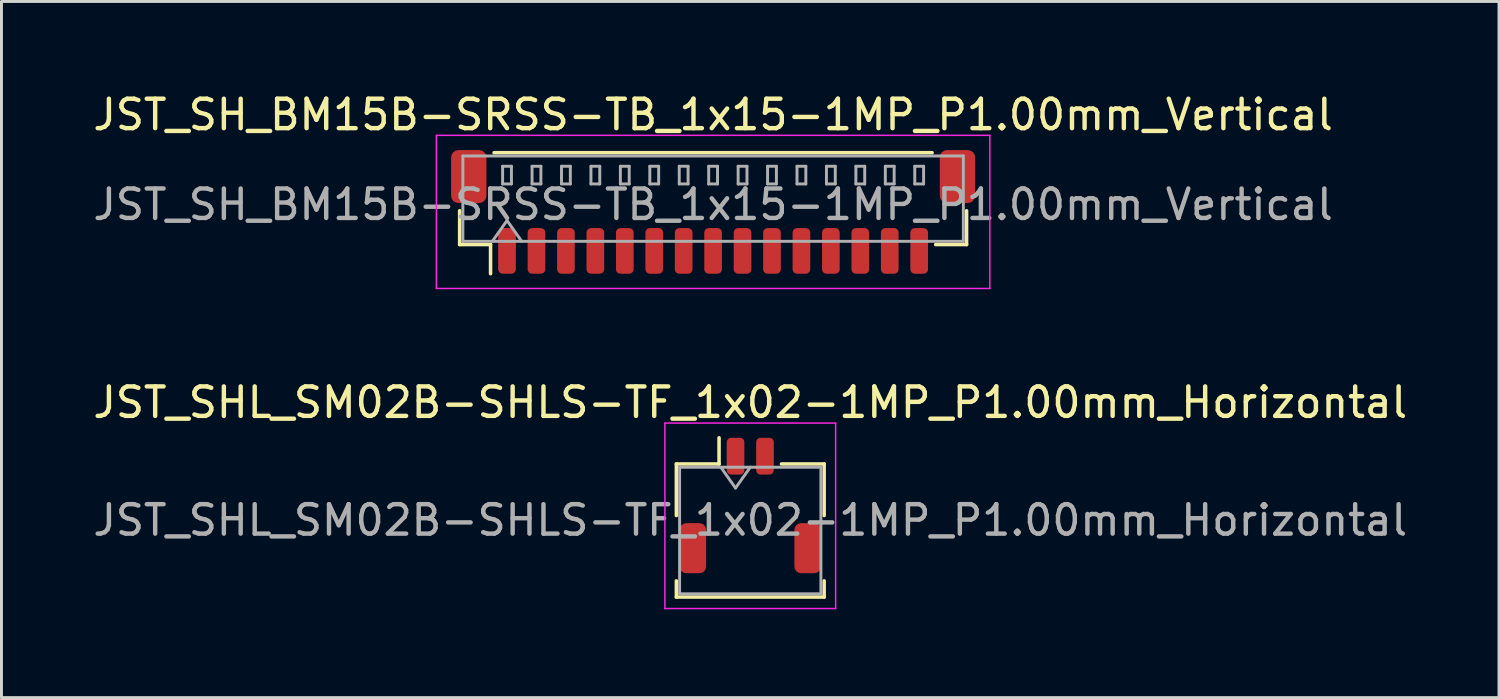
<source format=kicad_pcb>
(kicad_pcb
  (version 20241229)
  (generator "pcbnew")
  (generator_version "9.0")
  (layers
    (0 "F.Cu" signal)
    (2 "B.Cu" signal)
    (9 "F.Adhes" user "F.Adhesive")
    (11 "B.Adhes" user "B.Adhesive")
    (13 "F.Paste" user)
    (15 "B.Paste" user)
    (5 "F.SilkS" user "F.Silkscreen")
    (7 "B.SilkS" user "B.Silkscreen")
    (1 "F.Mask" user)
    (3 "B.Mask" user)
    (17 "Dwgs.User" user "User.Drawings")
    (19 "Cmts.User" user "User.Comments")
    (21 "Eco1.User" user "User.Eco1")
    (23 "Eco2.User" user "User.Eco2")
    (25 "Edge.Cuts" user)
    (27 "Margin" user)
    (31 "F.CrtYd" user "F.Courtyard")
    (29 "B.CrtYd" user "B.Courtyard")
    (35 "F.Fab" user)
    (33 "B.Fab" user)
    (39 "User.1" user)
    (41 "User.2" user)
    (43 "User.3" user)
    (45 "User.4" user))
  (footprint "JST_SH_BM15B-SRSS-TB_1x15-1MP_P1.00mm_Vertical"
    (layer "F.Cu")
    (at 21.173 4.148)
    (property "Reference" "JST_SH_BM15B-SRSS-TB_1x15-1MP_P1.00mm_Vertical" (at 0 -3.3 0) (layer "F.SilkS") (effects (font (size 1 1) (thickness 0.15))))
    (attr smd)
    (fp_line (start -8.61 -0.04) (end -8.61 1.11) (stroke (width 0.12) (type solid)) (layer "F.SilkS"))
    (fp_line (start -8.61 1.11) (end -7.56 1.11) (stroke (width 0.12) (type solid)) (layer "F.SilkS"))
    (fp_line (start -7.56 1.11) (end -7.56 2.1) (stroke (width 0.12) (type solid)) (layer "F.SilkS"))
    (fp_line (start -7.44 -2.01) (end 7.44 -2.01) (stroke (width 0.12) (type solid)) (layer "F.SilkS"))
    (fp_line (start 8.61 -0.04) (end 8.61 1.11) (stroke (width 0.12) (type solid)) (layer "F.SilkS"))
    (fp_line (start 8.61 1.11) (end 7.56 1.11) (stroke (width 0.12) (type solid)) (layer "F.SilkS"))
    (fp_line (start -9.4 -2.6) (end -9.4 2.6) (stroke (width 0.05) (type solid)) (layer "F.CrtYd"))
    (fp_line (start -9.4 2.6) (end 9.4 2.6) (stroke (width 0.05) (type solid)) (layer "F.CrtYd"))
    (fp_line (start 9.4 -2.6) (end -9.4 -2.6) (stroke (width 0.05) (type solid)) (layer "F.CrtYd"))
    (fp_line (start 9.4 2.6) (end 9.4 -2.6) (stroke (width 0.05) (type solid)) (layer "F.CrtYd"))
    (fp_line (start -8.5 -1.9) (end 8.5 -1.9) (stroke (width 0.1) (type solid)) (layer "F.Fab"))
    (fp_line (start -8.5 1) (end -8.5 -1.9) (stroke (width 0.1) (type solid)) (layer "F.Fab"))
    (fp_line (start -8.5 1) (end 8.5 1) (stroke (width 0.1) (type solid)) (layer "F.Fab"))
    (fp_line (start -7.5 1) (end -7 0.293) (stroke (width 0.1) (type solid)) (layer "F.Fab"))
    (fp_line (start -7.15 -1.55) (end -7.15 -0.95) (stroke (width 0.1) (type solid)) (layer "F.Fab"))
    (fp_line (start -7.15 -0.95) (end -6.85 -0.95) (stroke (width 0.1) (type solid)) (layer "F.Fab"))
    (fp_line (start -7 0.293) (end -6.5 1) (stroke (width 0.1) (type solid)) (layer "F.Fab"))
    (fp_line (start -6.85 -1.55) (end -7.15 -1.55) (stroke (width 0.1) (type solid)) (layer "F.Fab"))
    (fp_line (start -6.85 -0.95) (end -6.85 -1.55) (stroke (width 0.1) (type solid)) (layer "F.Fab"))
    (fp_line (start -6.15 -1.55) (end -6.15 -0.95) (stroke (width 0.1) (type solid)) (layer "F.Fab"))
    (fp_line (start -6.15 -0.95) (end -5.85 -0.95) (stroke (width 0.1) (type solid)) (layer "F.Fab"))
    (fp_line (start -5.85 -1.55) (end -6.15 -1.55) (stroke (width 0.1) (type solid)) (layer "F.Fab"))
    (fp_line (start -5.85 -0.95) (end -5.85 -1.55) (stroke (width 0.1) (type solid)) (layer "F.Fab"))
    (fp_line (start -5.15 -1.55) (end -5.15 -0.95) (stroke (width 0.1) (type solid)) (layer "F.Fab"))
    (fp_line (start -5.15 -0.95) (end -4.85 -0.95) (stroke (width 0.1) (type solid)) (layer "F.Fab"))
    (fp_line (start -4.85 -1.55) (end -5.15 -1.55) (stroke (width 0.1) (type solid)) (layer "F.Fab"))
    (fp_line (start -4.85 -0.95) (end -4.85 -1.55) (stroke (width 0.1) (type solid)) (layer "F.Fab"))
    (fp_line (start -4.15 -1.55) (end -4.15 -0.95) (stroke (width 0.1) (type solid)) (layer "F.Fab"))
    (fp_line (start -4.15 -0.95) (end -3.85 -0.95) (stroke (width 0.1) (type solid)) (layer "F.Fab"))
    (fp_line (start -3.85 -1.55) (end -4.15 -1.55) (stroke (width 0.1) (type solid)) (layer "F.Fab"))
    (fp_line (start -3.85 -0.95) (end -3.85 -1.55) (stroke (width 0.1) (type solid)) (layer "F.Fab"))
    (fp_line (start -3.15 -1.55) (end -3.15 -0.95) (stroke (width 0.1) (type solid)) (layer "F.Fab"))
    (fp_line (start -3.15 -0.95) (end -2.85 -0.95) (stroke (width 0.1) (type solid)) (layer "F.Fab"))
    (fp_line (start -2.85 -1.55) (end -3.15 -1.55) (stroke (width 0.1) (type solid)) (layer "F.Fab"))
    (fp_line (start -2.85 -0.95) (end -2.85 -1.55) (stroke (width 0.1) (type solid)) (layer "F.Fab"))
    (fp_line (start -2.15 -1.55) (end -2.15 -0.95) (stroke (width 0.1) (type solid)) (layer "F.Fab"))
    (fp_line (start -2.15 -0.95) (end -1.85 -0.95) (stroke (width 0.1) (type solid)) (layer "F.Fab"))
    (fp_line (start -1.85 -1.55) (end -2.15 -1.55) (stroke (width 0.1) (type solid)) (layer "F.Fab"))
    (fp_line (start -1.85 -0.95) (end -1.85 -1.55) (stroke (width 0.1) (type solid)) (layer "F.Fab"))
    (fp_line (start -1.15 -1.55) (end -1.15 -0.95) (stroke (width 0.1) (type solid)) (layer "F.Fab"))
    (fp_line (start -1.15 -0.95) (end -0.85 -0.95) (stroke (width 0.1) (type solid)) (layer "F.Fab"))
    (fp_line (start -0.85 -1.55) (end -1.15 -1.55) (stroke (width 0.1) (type solid)) (layer "F.Fab"))
    (fp_line (start -0.85 -0.95) (end -0.85 -1.55) (stroke (width 0.1) (type solid)) (layer "F.Fab"))
    (fp_line (start -0.15 -1.55) (end -0.15 -0.95) (stroke (width 0.1) (type solid)) (layer "F.Fab"))
    (fp_line (start -0.15 -0.95) (end 0.15 -0.95) (stroke (width 0.1) (type solid)) (layer "F.Fab"))
    (fp_line (start 0.15 -1.55) (end -0.15 -1.55) (stroke (width 0.1) (type solid)) (layer "F.Fab"))
    (fp_line (start 0.15 -0.95) (end 0.15 -1.55) (stroke (width 0.1) (type solid)) (layer "F.Fab"))
    (fp_line (start 0.85 -1.55) (end 0.85 -0.95) (stroke (width 0.1) (type solid)) (layer "F.Fab"))
    (fp_line (start 0.85 -0.95) (end 1.15 -0.95) (stroke (width 0.1) (type solid)) (layer "F.Fab"))
    (fp_line (start 1.15 -1.55) (end 0.85 -1.55) (stroke (width 0.1) (type solid)) (layer "F.Fab"))
    (fp_line (start 1.15 -0.95) (end 1.15 -1.55) (stroke (width 0.1) (type solid)) (layer "F.Fab"))
    (fp_line (start 1.85 -1.55) (end 1.85 -0.95) (stroke (width 0.1) (type solid)) (layer "F.Fab"))
    (fp_line (start 1.85 -0.95) (end 2.15 -0.95) (stroke (width 0.1) (type solid)) (layer "F.Fab"))
    (fp_line (start 2.15 -1.55) (end 1.85 -1.55) (stroke (width 0.1) (type solid)) (layer "F.Fab"))
    (fp_line (start 2.15 -0.95) (end 2.15 -1.55) (stroke (width 0.1) (type solid)) (layer "F.Fab"))
    (fp_line (start 2.85 -1.55) (end 2.85 -0.95) (stroke (width 0.1) (type solid)) (layer "F.Fab"))
    (fp_line (start 2.85 -0.95) (end 3.15 -0.95) (stroke (width 0.1) (type solid)) (layer "F.Fab"))
    (fp_line (start 3.15 -1.55) (end 2.85 -1.55) (stroke (width 0.1) (type solid)) (layer "F.Fab"))
    (fp_line (start 3.15 -0.95) (end 3.15 -1.55) (stroke (width 0.1) (type solid)) (layer "F.Fab"))
    (fp_line (start 3.85 -1.55) (end 3.85 -0.95) (stroke (width 0.1) (type solid)) (layer "F.Fab"))
    (fp_line (start 3.85 -0.95) (end 4.15 -0.95) (stroke (width 0.1) (type solid)) (layer "F.Fab"))
    (fp_line (start 4.15 -1.55) (end 3.85 -1.55) (stroke (width 0.1) (type solid)) (layer "F.Fab"))
    (fp_line (start 4.15 -0.95) (end 4.15 -1.55) (stroke (width 0.1) (type solid)) (layer "F.Fab"))
    (fp_line (start 4.85 -1.55) (end 4.85 -0.95) (stroke (width 0.1) (type solid)) (layer "F.Fab"))
    (fp_line (start 4.85 -0.95) (end 5.15 -0.95) (stroke (width 0.1) (type solid)) (layer "F.Fab"))
    (fp_line (start 5.15 -1.55) (end 4.85 -1.55) (stroke (width 0.1) (type solid)) (layer "F.Fab"))
    (fp_line (start 5.15 -0.95) (end 5.15 -1.55) (stroke (width 0.1) (type solid)) (layer "F.Fab"))
    (fp_line (start 5.85 -1.55) (end 5.85 -0.95) (stroke (width 0.1) (type solid)) (layer "F.Fab"))
    (fp_line (start 5.85 -0.95) (end 6.15 -0.95) (stroke (width 0.1) (type solid)) (layer "F.Fab"))
    (fp_line (start 6.15 -1.55) (end 5.85 -1.55) (stroke (width 0.1) (type solid)) (layer "F.Fab"))
    (fp_line (start 6.15 -0.95) (end 6.15 -1.55) (stroke (width 0.1) (type solid)) (layer "F.Fab"))
    (fp_line (start 6.85 -1.55) (end 6.85 -0.95) (stroke (width 0.1) (type solid)) (layer "F.Fab"))
    (fp_line (start 6.85 -0.95) (end 7.15 -0.95) (stroke (width 0.1) (type solid)) (layer "F.Fab"))
    (fp_line (start 7.15 -1.55) (end 6.85 -1.55) (stroke (width 0.1) (type solid)) (layer "F.Fab"))
    (fp_line (start 7.15 -0.95) (end 7.15 -1.55) (stroke (width 0.1) (type solid)) (layer "F.Fab"))
    (fp_line (start 8.5 1) (end 8.5 -1.9) (stroke (width 0.1) (type solid)) (layer "F.Fab"))
    (fp_text user "${REFERENCE}" (at 0 -0.25 0) (layer "F.Fab") (effects (font (size 1 1) (thickness 0.15))))
    (pad "1" smd roundrect (at -7 1.325) (size 0.6 1.55) (layers "F.Cu" "F.Mask" "F.Paste") (roundrect_rratio 0.25))
    (pad "2" smd roundrect (at -6 1.325) (size 0.6 1.55) (layers "F.Cu" "F.Mask" "F.Paste") (roundrect_rratio 0.25))
    (pad "3" smd roundrect (at -5 1.325) (size 0.6 1.55) (layers "F.Cu" "F.Mask" "F.Paste") (roundrect_rratio 0.25))
    (pad "4" smd roundrect (at -4 1.325) (size 0.6 1.55) (layers "F.Cu" "F.Mask" "F.Paste") (roundrect_rratio 0.25))
    (pad "5" smd roundrect (at -3 1.325) (size 0.6 1.55) (layers "F.Cu" "F.Mask" "F.Paste") (roundrect_rratio 0.25))
    (pad "6" smd roundrect (at -2 1.325) (size 0.6 1.55) (layers "F.Cu" "F.Mask" "F.Paste") (roundrect_rratio 0.25))
    (pad "7" smd roundrect (at -1 1.325) (size 0.6 1.55) (layers "F.Cu" "F.Mask" "F.Paste") (roundrect_rratio 0.25))
    (pad "8" smd roundrect (at 0 1.325) (size 0.6 1.55) (layers "F.Cu" "F.Mask" "F.Paste") (roundrect_rratio 0.25))
    (pad "9" smd roundrect (at 1 1.325) (size 0.6 1.55) (layers "F.Cu" "F.Mask" "F.Paste") (roundrect_rratio 0.25))
    (pad "10" smd roundrect (at 2 1.325) (size 0.6 1.55) (layers "F.Cu" "F.Mask" "F.Paste") (roundrect_rratio 0.25))
    (pad "11" smd roundrect (at 3 1.325) (size 0.6 1.55) (layers "F.Cu" "F.Mask" "F.Paste") (roundrect_rratio 0.25))
    (pad "12" smd roundrect (at 4 1.325) (size 0.6 1.55) (layers "F.Cu" "F.Mask" "F.Paste") (roundrect_rratio 0.25))
    (pad "13" smd roundrect (at 5 1.325) (size 0.6 1.55) (layers "F.Cu" "F.Mask" "F.Paste") (roundrect_rratio 0.25))
    (pad "14" smd roundrect (at 6 1.325) (size 0.6 1.55) (layers "F.Cu" "F.Mask" "F.Paste") (roundrect_rratio 0.25))
    (pad "15" smd roundrect (at 7 1.325) (size 0.6 1.55) (layers "F.Cu" "F.Mask" "F.Paste") (roundrect_rratio 0.25))
    (pad "MP" smd roundrect (at -8.3 -1.2) (size 1.2 1.8) (layers "F.Cu" "F.Mask" "F.Paste") (roundrect_rratio 0.208))
    (pad "MP" smd roundrect (at 8.3 -1.2) (size 1.2 1.8) (layers "F.Cu" "F.Mask" "F.Paste") (roundrect_rratio 0.208)))
  (footprint "JST_SHL_SM02B-SHLS-TF_1x02-1MP_P1.00mm_Horizontal"
    (layer "F.Cu")
    (at 22.435 14.121)
    (property "Reference" "JST_SHL_SM02B-SHLS-TF_1x02-1MP_P1.00mm_Horizontal" (at 0 -3.5 0) (layer "F.SilkS") (effects (font (size 1 1) (thickness 0.15))))
    (attr smd)
    (fp_line (start -2.51 -1.41) (end -1.06 -1.41) (stroke (width 0.12) (type solid)) (layer "F.SilkS"))
    (fp_line (start -2.51 0.34) (end -2.51 -1.41) (stroke (width 0.12) (type solid)) (layer "F.SilkS"))
    (fp_line (start -2.51 2.56) (end -2.51 3.11) (stroke (width 0.12) (type solid)) (layer "F.SilkS"))
    (fp_line (start -2.51 3.11) (end 2.51 3.11) (stroke (width 0.12) (type solid)) (layer "F.SilkS"))
    (fp_line (start -1.06 -1.41) (end -1.06 -2.3) (stroke (width 0.12) (type solid)) (layer "F.SilkS"))
    (fp_line (start 2.51 -1.41) (end 1.06 -1.41) (stroke (width 0.12) (type solid)) (layer "F.SilkS"))
    (fp_line (start 2.51 0.34) (end 2.51 -1.41) (stroke (width 0.12) (type solid)) (layer "F.SilkS"))
    (fp_line (start 2.51 3.11) (end 2.51 2.56) (stroke (width 0.12) (type solid)) (layer "F.SilkS"))
    (fp_line (start -2.9 -2.8) (end -2.9 3.5) (stroke (width 0.05) (type solid)) (layer "F.CrtYd"))
    (fp_line (start -2.9 3.5) (end 2.9 3.5) (stroke (width 0.05) (type solid)) (layer "F.CrtYd"))
    (fp_line (start 2.9 -2.8) (end -2.9 -2.8) (stroke (width 0.05) (type solid)) (layer "F.CrtYd"))
    (fp_line (start 2.9 3.5) (end 2.9 -2.8) (stroke (width 0.05) (type solid)) (layer "F.CrtYd"))
    (fp_line (start -2.4 -1.3) (end -2.4 3) (stroke (width 0.1) (type solid)) (layer "F.Fab"))
    (fp_line (start -2.4 -1.3) (end 2.4 -1.3) (stroke (width 0.1) (type solid)) (layer "F.Fab"))
    (fp_line (start -2.4 3) (end 2.4 3) (stroke (width 0.1) (type solid)) (layer "F.Fab"))
    (fp_line (start -1 -1.3) (end -0.5 -0.593) (stroke (width 0.1) (type solid)) (layer "F.Fab"))
    (fp_line (start -0.5 -0.593) (end 0 -1.3) (stroke (width 0.1) (type solid)) (layer "F.Fab"))
    (fp_line (start 2.4 -1.3) (end 2.4 3) (stroke (width 0.1) (type solid)) (layer "F.Fab"))
    (fp_text user "${REFERENCE}" (at 0 0.5 0) (layer "F.Fab") (effects (font (size 1 1) (thickness 0.15))))
    (pad "1" smd roundrect (at -0.5 -1.675) (size 0.6 1.25) (layers "F.Cu" "F.Mask" "F.Paste") (roundrect_rratio 0.25))
    (pad "2" smd roundrect (at 0.5 -1.675) (size 0.6 1.25) (layers "F.Cu" "F.Mask" "F.Paste") (roundrect_rratio 0.25))
    (pad "MP" smd roundrect (at -1.95 1.45) (size 0.9 1.7) (layers "F.Cu" "F.Mask" "F.Paste") (roundrect_rratio 0.25))
    (pad "MP" smd roundrect (at 1.95 1.45) (size 0.9 1.7) (layers "F.Cu" "F.Mask" "F.Paste") (roundrect_rratio 0.25)))
  (gr_rect
    (start -3 -3)
    (end 47.869 20.646)
    (stroke (width 0.1) (type default))
    (fill no)
    (layer "Edge.Cuts")))
</source>
